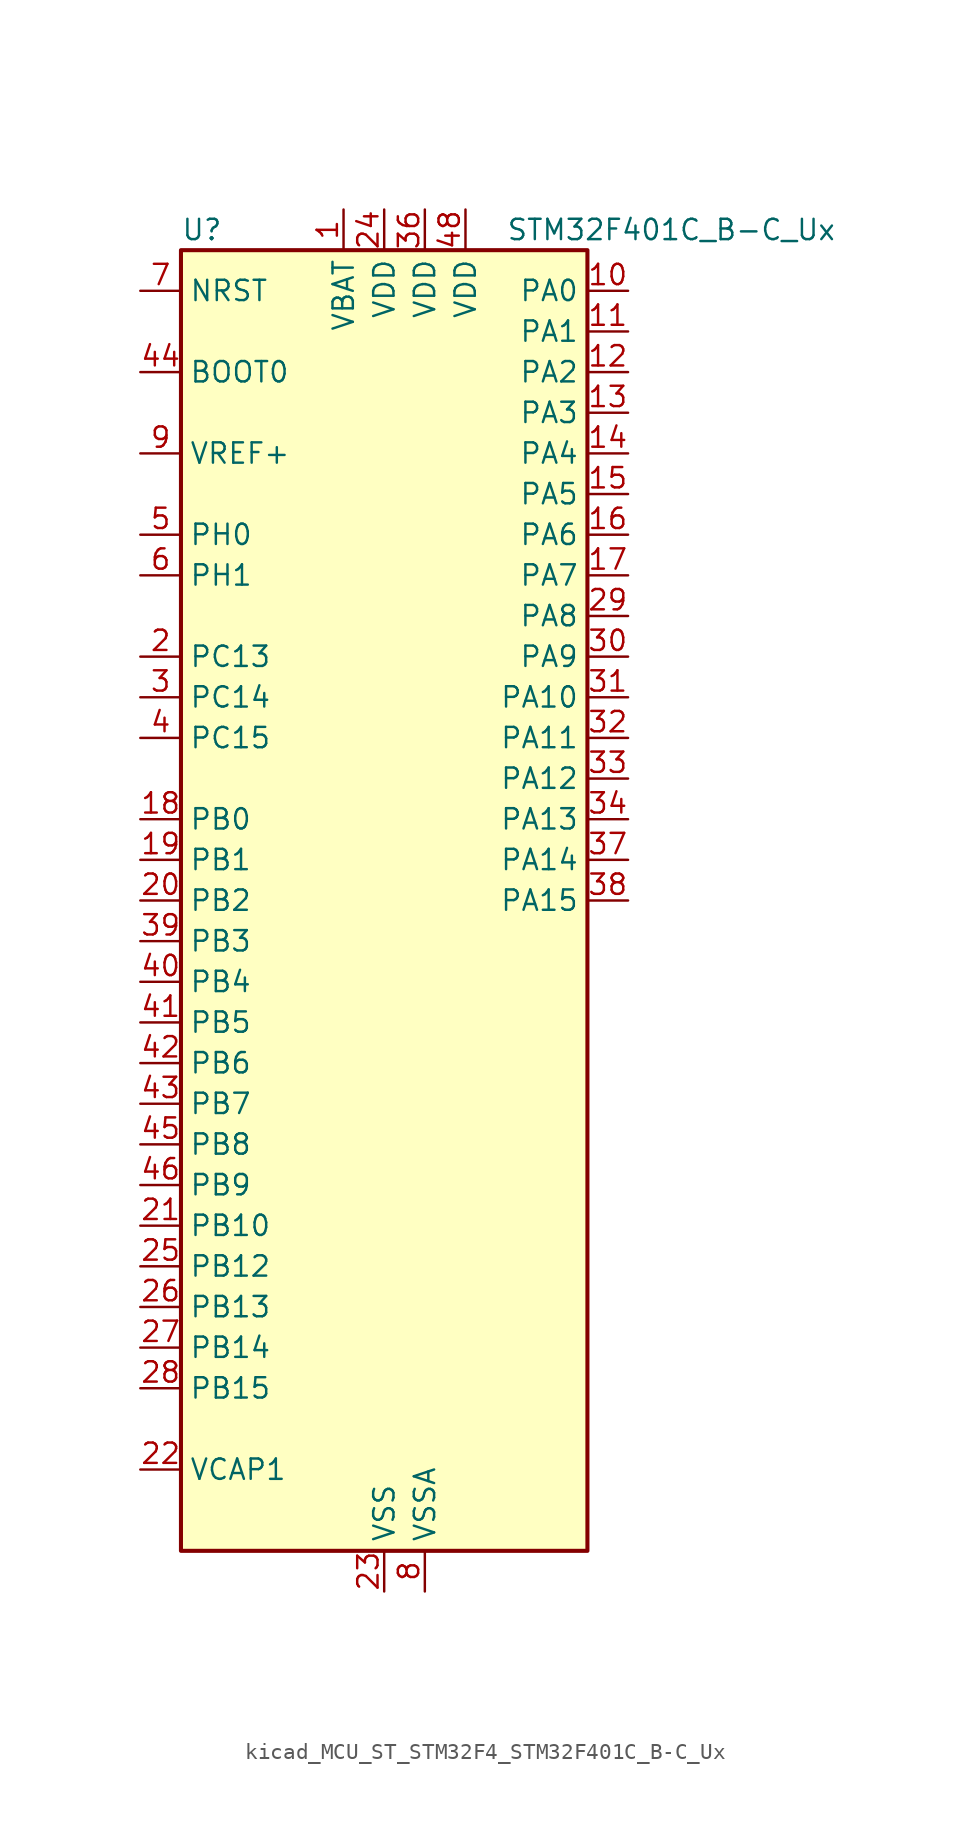
<source format=kicad_sym>
(kicad_symbol_lib
  (version 20220914)
  (generator kicad_symbol_editor)
  (symbol "kicad_MCU_ST_STM32F4_STM32F401C_B-C_Ux"
    (property "Reference" "U"
      (at -12.7 41.91 0)
      (effects (font (size 1.27 1.27)) (justify left)))
    (property "Value" "STM32F401C_B-C_Ux"
      (at 7.62 41.91 0)
      (effects (font (size 1.27 1.27)) (justify left)))
    (property "ki_locked" ""
      (at 0 0 0)
      (effects (font (size 1.27 1.27))))
    (symbol "kicad_MCU_ST_STM32F4_STM32F401C_B-C_Ux_0_1"
      (rectangle (start -12.7 -40.64) (end 12.7 40.64) (stroke (width 0.254) (type default)) (fill (type background))))
    (symbol "kicad_MCU_ST_STM32F4_STM32F401C_B-C_Ux_1_1"
      (pin power_in line (at -2.54 43.18 270) (length 2.54) (name "VBAT" (effects (font (size 1.27 1.27)))) (number "1" (effects (font (size 1.27 1.27)))))
      (pin bidirectional line (at 15.24 38.1 180) (length 2.54) (name "PA0" (effects (font (size 1.27 1.27)))) (number "10" (effects (font (size 1.27 1.27)))) (alternate "ADC1_IN0" bidirectional line) (alternate "SYS_WKUP" bidirectional line) (alternate "TIM2_CH1" bidirectional line) (alternate "TIM2_ETR" bidirectional line) (alternate "TIM5_CH1" bidirectional line) (alternate "USART2_CTS" bidirectional line))
      (pin bidirectional line (at 15.24 35.56 180) (length 2.54) (name "PA1" (effects (font (size 1.27 1.27)))) (number "11" (effects (font (size 1.27 1.27)))) (alternate "ADC1_IN1" bidirectional line) (alternate "TIM2_CH2" bidirectional line) (alternate "TIM5_CH2" bidirectional line) (alternate "USART2_RTS" bidirectional line))
      (pin bidirectional line (at 15.24 33.02 180) (length 2.54) (name "PA2" (effects (font (size 1.27 1.27)))) (number "12" (effects (font (size 1.27 1.27)))) (alternate "ADC1_IN2" bidirectional line) (alternate "TIM2_CH3" bidirectional line) (alternate "TIM5_CH3" bidirectional line) (alternate "TIM9_CH1" bidirectional line) (alternate "USART2_TX" bidirectional line))
      (pin bidirectional line (at 15.24 30.48 180) (length 2.54) (name "PA3" (effects (font (size 1.27 1.27)))) (number "13" (effects (font (size 1.27 1.27)))) (alternate "ADC1_IN3" bidirectional line) (alternate "TIM2_CH4" bidirectional line) (alternate "TIM5_CH4" bidirectional line) (alternate "TIM9_CH2" bidirectional line) (alternate "USART2_RX" bidirectional line))
      (pin bidirectional line (at 15.24 27.94 180) (length 2.54) (name "PA4" (effects (font (size 1.27 1.27)))) (number "14" (effects (font (size 1.27 1.27)))) (alternate "ADC1_IN4" bidirectional line) (alternate "I2S3_WS" bidirectional line) (alternate "SPI1_NSS" bidirectional line) (alternate "SPI3_NSS" bidirectional line) (alternate "USART2_CK" bidirectional line))
      (pin bidirectional line (at 15.24 25.4 180) (length 2.54) (name "PA5" (effects (font (size 1.27 1.27)))) (number "15" (effects (font (size 1.27 1.27)))) (alternate "ADC1_IN5" bidirectional line) (alternate "SPI1_SCK" bidirectional line) (alternate "TIM2_CH1" bidirectional line) (alternate "TIM2_ETR" bidirectional line))
      (pin bidirectional line (at 15.24 22.86 180) (length 2.54) (name "PA6" (effects (font (size 1.27 1.27)))) (number "16" (effects (font (size 1.27 1.27)))) (alternate "ADC1_IN6" bidirectional line) (alternate "SPI1_MISO" bidirectional line) (alternate "TIM1_BKIN" bidirectional line) (alternate "TIM3_CH1" bidirectional line))
      (pin bidirectional line (at 15.24 20.32 180) (length 2.54) (name "PA7" (effects (font (size 1.27 1.27)))) (number "17" (effects (font (size 1.27 1.27)))) (alternate "ADC1_IN7" bidirectional line) (alternate "SPI1_MOSI" bidirectional line) (alternate "TIM1_CH1N" bidirectional line) (alternate "TIM3_CH2" bidirectional line))
      (pin bidirectional line (at -15.24 5.08 0) (length 2.54) (name "PB0" (effects (font (size 1.27 1.27)))) (number "18" (effects (font (size 1.27 1.27)))) (alternate "ADC1_IN8" bidirectional line) (alternate "TIM1_CH2N" bidirectional line) (alternate "TIM3_CH3" bidirectional line))
      (pin bidirectional line (at -15.24 2.54 0) (length 2.54) (name "PB1" (effects (font (size 1.27 1.27)))) (number "19" (effects (font (size 1.27 1.27)))) (alternate "ADC1_IN9" bidirectional line) (alternate "TIM1_CH3N" bidirectional line) (alternate "TIM3_CH4" bidirectional line))
      (pin bidirectional line (at -15.24 15.24 0) (length 2.54) (name "PC13" (effects (font (size 1.27 1.27)))) (number "2" (effects (font (size 1.27 1.27)))) (alternate "RTC_AF1" bidirectional line))
      (pin bidirectional line (at -15.24 0 0) (length 2.54) (name "PB2" (effects (font (size 1.27 1.27)))) (number "20" (effects (font (size 1.27 1.27)))))
      (pin bidirectional line (at -15.24 -20.32 0) (length 2.54) (name "PB10" (effects (font (size 1.27 1.27)))) (number "21" (effects (font (size 1.27 1.27)))) (alternate "I2C2_SCL" bidirectional line) (alternate "I2S2_CK" bidirectional line) (alternate "SPI2_SCK" bidirectional line) (alternate "TIM2_CH3" bidirectional line))
      (pin power_out line (at -15.24 -35.56 0) (length 2.54) (name "VCAP1" (effects (font (size 1.27 1.27)))) (number "22" (effects (font (size 1.27 1.27)))))
      (pin power_in line (at 0 -43.18 90) (length 2.54) (name "VSS" (effects (font (size 1.27 1.27)))) (number "23" (effects (font (size 1.27 1.27)))))
      (pin power_in line (at 0 43.18 270) (length 2.54) (name "VDD" (effects (font (size 1.27 1.27)))) (number "24" (effects (font (size 1.27 1.27)))))
      (pin bidirectional line (at -15.24 -22.86 0) (length 2.54) (name "PB12" (effects (font (size 1.27 1.27)))) (number "25" (effects (font (size 1.27 1.27)))) (alternate "I2C2_SMBA" bidirectional line) (alternate "I2S2_WS" bidirectional line) (alternate "SPI2_NSS" bidirectional line) (alternate "TIM1_BKIN" bidirectional line))
      (pin bidirectional line (at -15.24 -25.4 0) (length 2.54) (name "PB13" (effects (font (size 1.27 1.27)))) (number "26" (effects (font (size 1.27 1.27)))) (alternate "I2S2_CK" bidirectional line) (alternate "SPI2_SCK" bidirectional line) (alternate "TIM1_CH1N" bidirectional line))
      (pin bidirectional line (at -15.24 -27.94 0) (length 2.54) (name "PB14" (effects (font (size 1.27 1.27)))) (number "27" (effects (font (size 1.27 1.27)))) (alternate "I2S2_ext_SD" bidirectional line) (alternate "SPI2_MISO" bidirectional line) (alternate "TIM1_CH2N" bidirectional line))
      (pin bidirectional line (at -15.24 -30.48 0) (length 2.54) (name "PB15" (effects (font (size 1.27 1.27)))) (number "28" (effects (font (size 1.27 1.27)))) (alternate "ADC1_EXTI15" bidirectional line) (alternate "I2S2_SD" bidirectional line) (alternate "RTC_REFIN" bidirectional line) (alternate "SPI2_MOSI" bidirectional line) (alternate "TIM1_CH3N" bidirectional line))
      (pin bidirectional line (at 15.24 17.78 180) (length 2.54) (name "PA8" (effects (font (size 1.27 1.27)))) (number "29" (effects (font (size 1.27 1.27)))) (alternate "I2C3_SCL" bidirectional line) (alternate "RCC_MCO_1" bidirectional line) (alternate "TIM1_CH1" bidirectional line) (alternate "USART1_CK" bidirectional line) (alternate "USB_OTG_FS_SOF" bidirectional line))
      (pin bidirectional line (at -15.24 12.7 0) (length 2.54) (name "PC14" (effects (font (size 1.27 1.27)))) (number "3" (effects (font (size 1.27 1.27)))) (alternate "RCC_OSC32_IN" bidirectional line))
      (pin bidirectional line (at 15.24 15.24 180) (length 2.54) (name "PA9" (effects (font (size 1.27 1.27)))) (number "30" (effects (font (size 1.27 1.27)))) (alternate "I2C3_SMBA" bidirectional line) (alternate "TIM1_CH2" bidirectional line) (alternate "USART1_TX" bidirectional line) (alternate "USB_OTG_FS_VBUS" bidirectional line))
      (pin bidirectional line (at 15.24 12.7 180) (length 2.54) (name "PA10" (effects (font (size 1.27 1.27)))) (number "31" (effects (font (size 1.27 1.27)))) (alternate "TIM1_CH3" bidirectional line) (alternate "USART1_RX" bidirectional line) (alternate "USB_OTG_FS_ID" bidirectional line))
      (pin bidirectional line (at 15.24 10.16 180) (length 2.54) (name "PA11" (effects (font (size 1.27 1.27)))) (number "32" (effects (font (size 1.27 1.27)))) (alternate "ADC1_EXTI11" bidirectional line) (alternate "TIM1_CH4" bidirectional line) (alternate "USART1_CTS" bidirectional line) (alternate "USART6_TX" bidirectional line) (alternate "USB_OTG_FS_DM" bidirectional line))
      (pin bidirectional line (at 15.24 7.62 180) (length 2.54) (name "PA12" (effects (font (size 1.27 1.27)))) (number "33" (effects (font (size 1.27 1.27)))) (alternate "TIM1_ETR" bidirectional line) (alternate "USART1_RTS" bidirectional line) (alternate "USART6_RX" bidirectional line) (alternate "USB_OTG_FS_DP" bidirectional line))
      (pin bidirectional line (at 15.24 5.08 180) (length 2.54) (name "PA13" (effects (font (size 1.27 1.27)))) (number "34" (effects (font (size 1.27 1.27)))) (alternate "SYS_JTMS-SWDIO" bidirectional line))
      (pin passive line (at 0 -43.18 90) (length 2.54) hide (name "VSS" (effects (font (size 1.27 1.27)))) (number "35" (effects (font (size 1.27 1.27)))))
      (pin power_in line (at 2.54 43.18 270) (length 2.54) (name "VDD" (effects (font (size 1.27 1.27)))) (number "36" (effects (font (size 1.27 1.27)))))
      (pin bidirectional line (at 15.24 2.54 180) (length 2.54) (name "PA14" (effects (font (size 1.27 1.27)))) (number "37" (effects (font (size 1.27 1.27)))) (alternate "SYS_JTCK-SWCLK" bidirectional line))
      (pin bidirectional line (at 15.24 0 180) (length 2.54) (name "PA15" (effects (font (size 1.27 1.27)))) (number "38" (effects (font (size 1.27 1.27)))) (alternate "ADC1_EXTI15" bidirectional line) (alternate "I2S3_WS" bidirectional line) (alternate "SPI1_NSS" bidirectional line) (alternate "SPI3_NSS" bidirectional line) (alternate "SYS_JTDI" bidirectional line) (alternate "TIM2_CH1" bidirectional line) (alternate "TIM2_ETR" bidirectional line))
      (pin bidirectional line (at -15.24 -2.54 0) (length 2.54) (name "PB3" (effects (font (size 1.27 1.27)))) (number "39" (effects (font (size 1.27 1.27)))) (alternate "I2C2_SDA" bidirectional line) (alternate "I2S3_CK" bidirectional line) (alternate "SPI1_SCK" bidirectional line) (alternate "SPI3_SCK" bidirectional line) (alternate "SYS_JTDO-SWO" bidirectional line) (alternate "TIM2_CH2" bidirectional line))
      (pin bidirectional line (at -15.24 10.16 0) (length 2.54) (name "PC15" (effects (font (size 1.27 1.27)))) (number "4" (effects (font (size 1.27 1.27)))) (alternate "ADC1_EXTI15" bidirectional line) (alternate "RCC_OSC32_OUT" bidirectional line))
      (pin bidirectional line (at -15.24 -5.08 0) (length 2.54) (name "PB4" (effects (font (size 1.27 1.27)))) (number "40" (effects (font (size 1.27 1.27)))) (alternate "I2C3_SDA" bidirectional line) (alternate "I2S3_ext_SD" bidirectional line) (alternate "SPI1_MISO" bidirectional line) (alternate "SPI3_MISO" bidirectional line) (alternate "SYS_JTRST" bidirectional line) (alternate "TIM3_CH1" bidirectional line))
      (pin bidirectional line (at -15.24 -7.62 0) (length 2.54) (name "PB5" (effects (font (size 1.27 1.27)))) (number "41" (effects (font (size 1.27 1.27)))) (alternate "I2C1_SMBA" bidirectional line) (alternate "I2S3_SD" bidirectional line) (alternate "SPI1_MOSI" bidirectional line) (alternate "SPI3_MOSI" bidirectional line) (alternate "TIM3_CH2" bidirectional line))
      (pin bidirectional line (at -15.24 -10.16 0) (length 2.54) (name "PB6" (effects (font (size 1.27 1.27)))) (number "42" (effects (font (size 1.27 1.27)))) (alternate "I2C1_SCL" bidirectional line) (alternate "TIM4_CH1" bidirectional line) (alternate "USART1_TX" bidirectional line))
      (pin bidirectional line (at -15.24 -12.7 0) (length 2.54) (name "PB7" (effects (font (size 1.27 1.27)))) (number "43" (effects (font (size 1.27 1.27)))) (alternate "I2C1_SDA" bidirectional line) (alternate "TIM4_CH2" bidirectional line) (alternate "USART1_RX" bidirectional line))
      (pin input line (at -15.24 33.02 0) (length 2.54) (name "BOOT0" (effects (font (size 1.27 1.27)))) (number "44" (effects (font (size 1.27 1.27)))))
      (pin bidirectional line (at -15.24 -15.24 0) (length 2.54) (name "PB8" (effects (font (size 1.27 1.27)))) (number "45" (effects (font (size 1.27 1.27)))) (alternate "I2C1_SCL" bidirectional line) (alternate "TIM10_CH1" bidirectional line) (alternate "TIM4_CH3" bidirectional line))
      (pin bidirectional line (at -15.24 -17.78 0) (length 2.54) (name "PB9" (effects (font (size 1.27 1.27)))) (number "46" (effects (font (size 1.27 1.27)))) (alternate "I2C1_SDA" bidirectional line) (alternate "I2S2_WS" bidirectional line) (alternate "SPI2_NSS" bidirectional line) (alternate "TIM11_CH1" bidirectional line) (alternate "TIM4_CH4" bidirectional line))
      (pin passive line (at 0 -43.18 90) (length 2.54) hide (name "VSS" (effects (font (size 1.27 1.27)))) (number "47" (effects (font (size 1.27 1.27)))))
      (pin power_in line (at 5.08 43.18 270) (length 2.54) (name "VDD" (effects (font (size 1.27 1.27)))) (number "48" (effects (font (size 1.27 1.27)))))
      (pin passive line (at 0 -43.18 90) (length 2.54) hide (name "VSS" (effects (font (size 1.27 1.27)))) (number "49" (effects (font (size 1.27 1.27)))))
      (pin bidirectional line (at -15.24 22.86 0) (length 2.54) (name "PH0" (effects (font (size 1.27 1.27)))) (number "5" (effects (font (size 1.27 1.27)))) (alternate "RCC_OSC_IN" bidirectional line))
      (pin bidirectional line (at -15.24 20.32 0) (length 2.54) (name "PH1" (effects (font (size 1.27 1.27)))) (number "6" (effects (font (size 1.27 1.27)))) (alternate "RCC_OSC_OUT" bidirectional line))
      (pin input line (at -15.24 38.1 0) (length 2.54) (name "NRST" (effects (font (size 1.27 1.27)))) (number "7" (effects (font (size 1.27 1.27)))))
      (pin power_in line (at 2.54 -43.18 90) (length 2.54) (name "VSSA" (effects (font (size 1.27 1.27)))) (number "8" (effects (font (size 1.27 1.27)))))
      (pin input line (at -15.24 27.94 0) (length 2.54) (name "VREF+" (effects (font (size 1.27 1.27)))) (number "9" (effects (font (size 1.27 1.27))))))))
</source>
